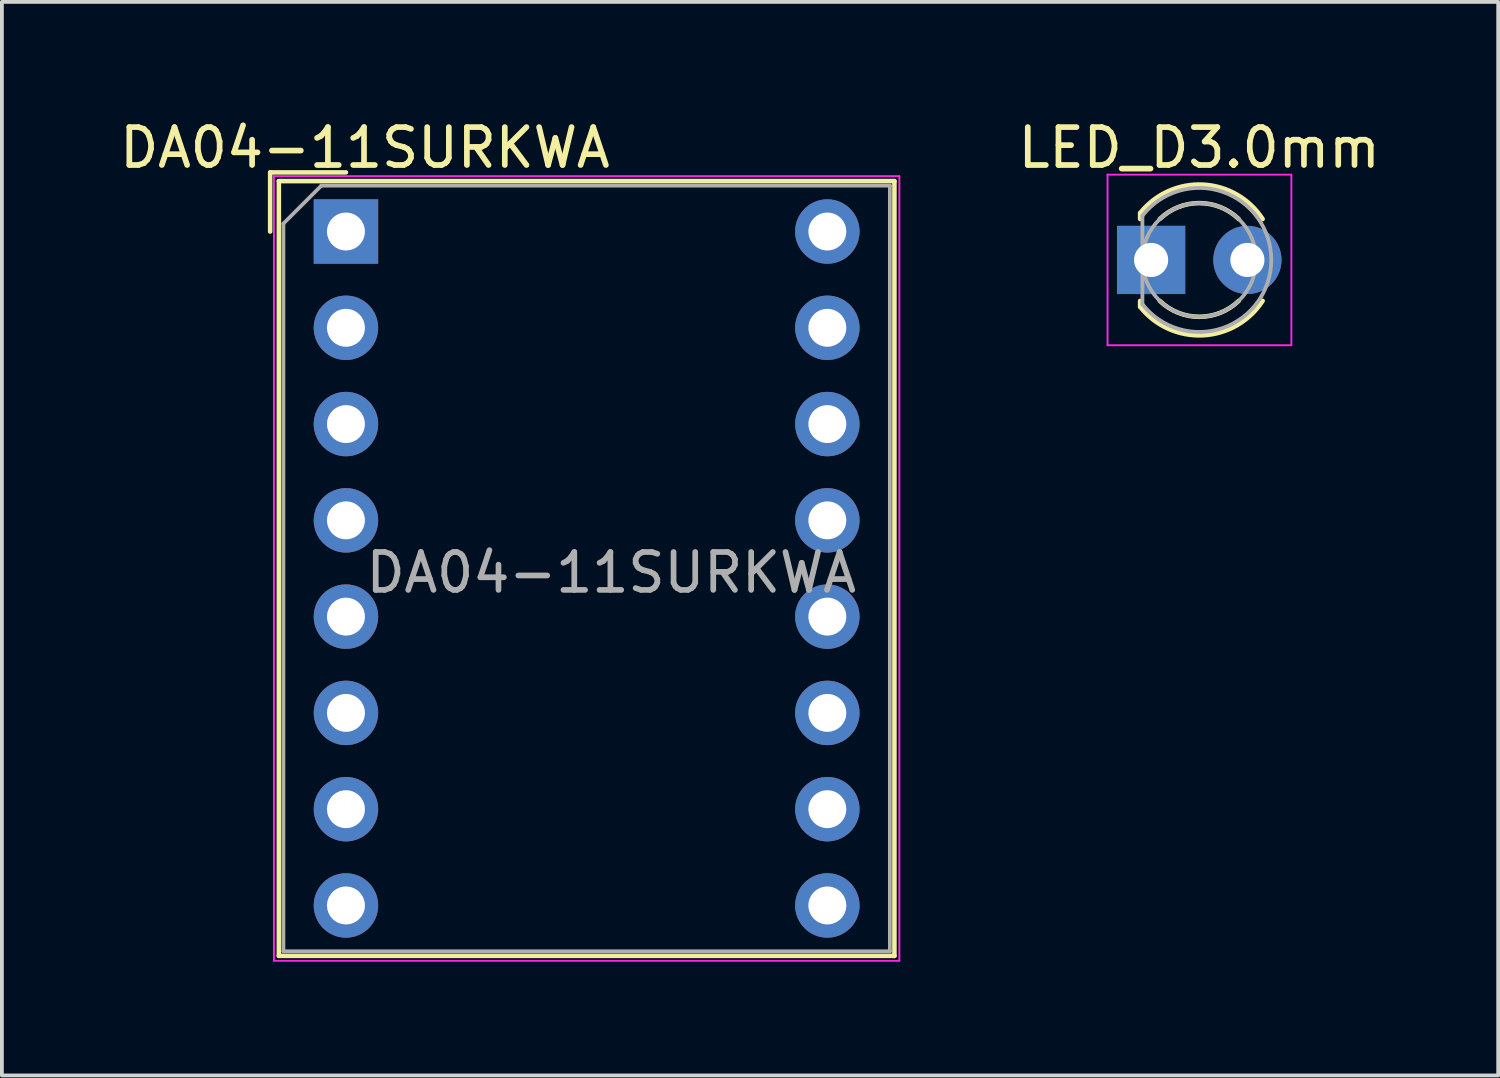
<source format=kicad_pcb>
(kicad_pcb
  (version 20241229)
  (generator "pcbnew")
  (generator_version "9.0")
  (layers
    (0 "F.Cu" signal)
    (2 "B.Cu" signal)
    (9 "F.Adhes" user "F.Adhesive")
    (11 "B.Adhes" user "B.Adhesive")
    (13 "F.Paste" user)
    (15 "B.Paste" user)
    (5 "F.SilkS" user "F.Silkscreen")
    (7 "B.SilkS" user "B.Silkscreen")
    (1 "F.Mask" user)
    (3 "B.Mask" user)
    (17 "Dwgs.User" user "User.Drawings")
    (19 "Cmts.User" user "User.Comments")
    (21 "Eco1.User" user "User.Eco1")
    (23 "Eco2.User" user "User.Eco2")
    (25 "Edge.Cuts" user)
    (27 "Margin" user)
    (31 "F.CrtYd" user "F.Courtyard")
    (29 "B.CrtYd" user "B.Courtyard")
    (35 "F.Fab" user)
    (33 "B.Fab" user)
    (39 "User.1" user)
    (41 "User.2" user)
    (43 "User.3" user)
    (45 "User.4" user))
  (footprint "DA04-11SURKWA"
    (layer "F.Cu")
    (at 6.077 3.058)
    (property "Reference" "DA04-11SURKWA" (at 0.5 -2.21 0) (layer "F.SilkS") (effects (font (size 1 1) (thickness 0.15))))
    (attr through_hole)
    (fp_line (start -2 -1.56) (end -2 0) (stroke (width 0.12) (type solid)) (layer "F.SilkS"))
    (fp_line (start -2 -1.56) (end 0 -1.56) (stroke (width 0.12) (type solid)) (layer "F.SilkS"))
    (fp_line (start -1.77 -1.33) (end 14.47 -1.33) (stroke (width 0.12) (type solid)) (layer "F.SilkS"))
    (fp_line (start -1.77 19.11) (end -1.77 -1.33) (stroke (width 0.12) (type solid)) (layer "F.SilkS"))
    (fp_line (start 14.47 -1.33) (end 14.47 19.11) (stroke (width 0.12) (type solid)) (layer "F.SilkS"))
    (fp_line (start 14.47 19.11) (end -1.77 19.11) (stroke (width 0.12) (type solid)) (layer "F.SilkS"))
    (fp_line (start -1.9 -1.46) (end 14.6 -1.46) (stroke (width 0.05) (type solid)) (layer "F.CrtYd"))
    (fp_line (start -1.9 19.24) (end -1.9 -1.46) (stroke (width 0.05) (type solid)) (layer "F.CrtYd"))
    (fp_line (start 14.6 -1.46) (end 14.6 19.24) (stroke (width 0.05) (type solid)) (layer "F.CrtYd"))
    (fp_line (start 14.6 19.24) (end -1.9 19.24) (stroke (width 0.05) (type solid)) (layer "F.CrtYd"))
    (fp_line (start -1.65 -0.21) (end -0.65 -1.21) (stroke (width 0.1) (type solid)) (layer "F.Fab"))
    (fp_line (start -1.65 18.99) (end -1.65 -0.21) (stroke (width 0.1) (type solid)) (layer "F.Fab"))
    (fp_line (start -0.65 -1.21) (end 14.35 -1.21) (stroke (width 0.1) (type solid)) (layer "F.Fab"))
    (fp_line (start 14.35 -1.21) (end 14.35 18.99) (stroke (width 0.1) (type solid)) (layer "F.Fab"))
    (fp_line (start 14.35 18.99) (end -1.65 18.99) (stroke (width 0.1) (type solid)) (layer "F.Fab"))
    (fp_text user "${REFERENCE}" (at 7 9 0) (layer "F.Fab") (effects (font (size 1 1) (thickness 0.15))))
    (pad "1" thru_hole rect (at 0 0) (size 1.7 1.7) (drill 1) (layers "*.Cu" "*.Mask"))
    (pad "2" thru_hole circle (at 0 2.54) (size 1.7 1.7) (drill 1) (layers "*.Cu" "*.Mask"))
    (pad "3" thru_hole circle (at 0 5.08) (size 1.7 1.7) (drill 1) (layers "*.Cu" "*.Mask"))
    (pad "4" thru_hole circle (at 0 7.62) (size 1.7 1.7) (drill 1) (layers "*.Cu" "*.Mask"))
    (pad "5" thru_hole circle (at 0 10.16) (size 1.7 1.7) (drill 1) (layers "*.Cu" "*.Mask"))
    (pad "6" thru_hole circle (at 0 12.7) (size 1.7 1.7) (drill 1) (layers "*.Cu" "*.Mask"))
    (pad "7" thru_hole circle (at 0 15.24) (size 1.7 1.7) (drill 1) (layers "*.Cu" "*.Mask"))
    (pad "8" thru_hole circle (at 0 17.78) (size 1.7 1.7) (drill 1) (layers "*.Cu" "*.Mask"))
    (pad "9" thru_hole circle (at 12.7 17.78) (size 1.7 1.7) (drill 1) (layers "*.Cu" "*.Mask"))
    (pad "10" thru_hole circle (at 12.7 15.24) (size 1.7 1.7) (drill 1) (layers "*.Cu" "*.Mask"))
    (pad "11" thru_hole circle (at 12.7 12.7) (size 1.7 1.7) (drill 1) (layers "*.Cu" "*.Mask"))
    (pad "12" thru_hole circle (at 12.7 10.16) (size 1.7 1.7) (drill 1) (layers "*.Cu" "*.Mask"))
    (pad "13" thru_hole circle (at 12.7 7.62) (size 1.7 1.7) (drill 1) (layers "*.Cu" "*.Mask"))
    (pad "14" thru_hole circle (at 12.7 5.08) (size 1.7 1.7) (drill 1) (layers "*.Cu" "*.Mask"))
    (pad "15" thru_hole circle (at 12.7 2.54) (size 1.7 1.7) (drill 1) (layers "*.Cu" "*.Mask"))
    (pad "16" thru_hole circle (at 12.7 0) (size 1.7 1.7) (drill 1) (layers "*.Cu" "*.Mask")))
  (footprint "LED_D3.0mm"
    (layer "F.Cu")
    (at 27.319 3.808)
    (property "Reference" "LED_D3.0mm" (at 1.27 -2.96 0) (layer "F.SilkS") (effects (font (size 1 1) (thickness 0.15))))
    (attr through_hole)
    (fp_line (start -0.29 -1.236) (end -0.29 -1.08) (stroke (width 0.12) (type solid)) (layer "F.SilkS"))
    (fp_line (start -0.29 1.08) (end -0.29 1.236) (stroke (width 0.12) (type solid)) (layer "F.SilkS"))
    (fp_arc (start -0.29 -1.235516) (mid 1.366487 -1.987659) (end 2.942335 -1.078608) (stroke (width 0.12) (type solid)) (layer "F.SilkS"))
    (fp_arc (start 0.229039 -1.08) (mid 1.270117 -1.5) (end 2.31113 -1.079837) (stroke (width 0.12) (type solid)) (layer "F.SilkS"))
    (fp_arc (start 2.31113 1.079837) (mid 1.270117 1.5) (end 0.229039 1.08) (stroke (width 0.12) (type solid)) (layer "F.SilkS"))
    (fp_arc (start 2.942335 1.078608) (mid 1.366487 1.987659) (end -0.29 1.235516) (stroke (width 0.12) (type solid)) (layer "F.SilkS"))
    (fp_line (start -1.15 -2.25) (end -1.15 2.25) (stroke (width 0.05) (type solid)) (layer "F.CrtYd"))
    (fp_line (start -1.15 2.25) (end 3.7 2.25) (stroke (width 0.05) (type solid)) (layer "F.CrtYd"))
    (fp_line (start 3.7 -2.25) (end -1.15 -2.25) (stroke (width 0.05) (type solid)) (layer "F.CrtYd"))
    (fp_line (start 3.7 2.25) (end 3.7 -2.25) (stroke (width 0.05) (type solid)) (layer "F.CrtYd"))
    (fp_line (start -0.23 -1.166) (end -0.23 1.166) (stroke (width 0.1) (type solid)) (layer "F.Fab"))
    (fp_arc (start -0.23 -1.16619) (mid 3.17 0.000452) (end -0.230555 1.165476) (stroke (width 0.1) (type solid)) (layer "F.Fab"))
    (fp_circle (center 1.27 0) (end 2.77 0) (stroke (width 0.1) (type solid)) (fill no) (layer "F.Fab"))
    (pad "1" thru_hole rect (at 0 0) (size 1.8 1.8) (drill 0.9) (layers "*.Cu" "*.Mask"))
    (pad "2" thru_hole circle (at 2.54 0) (size 1.8 1.8) (drill 0.9) (layers "*.Cu" "*.Mask")))
  (gr_rect
    (start -3 -3)
    (end 36.476 25.323)
    (stroke (width 0.1) (type default))
    (fill no)
    (layer "Edge.Cuts")))
</source>
